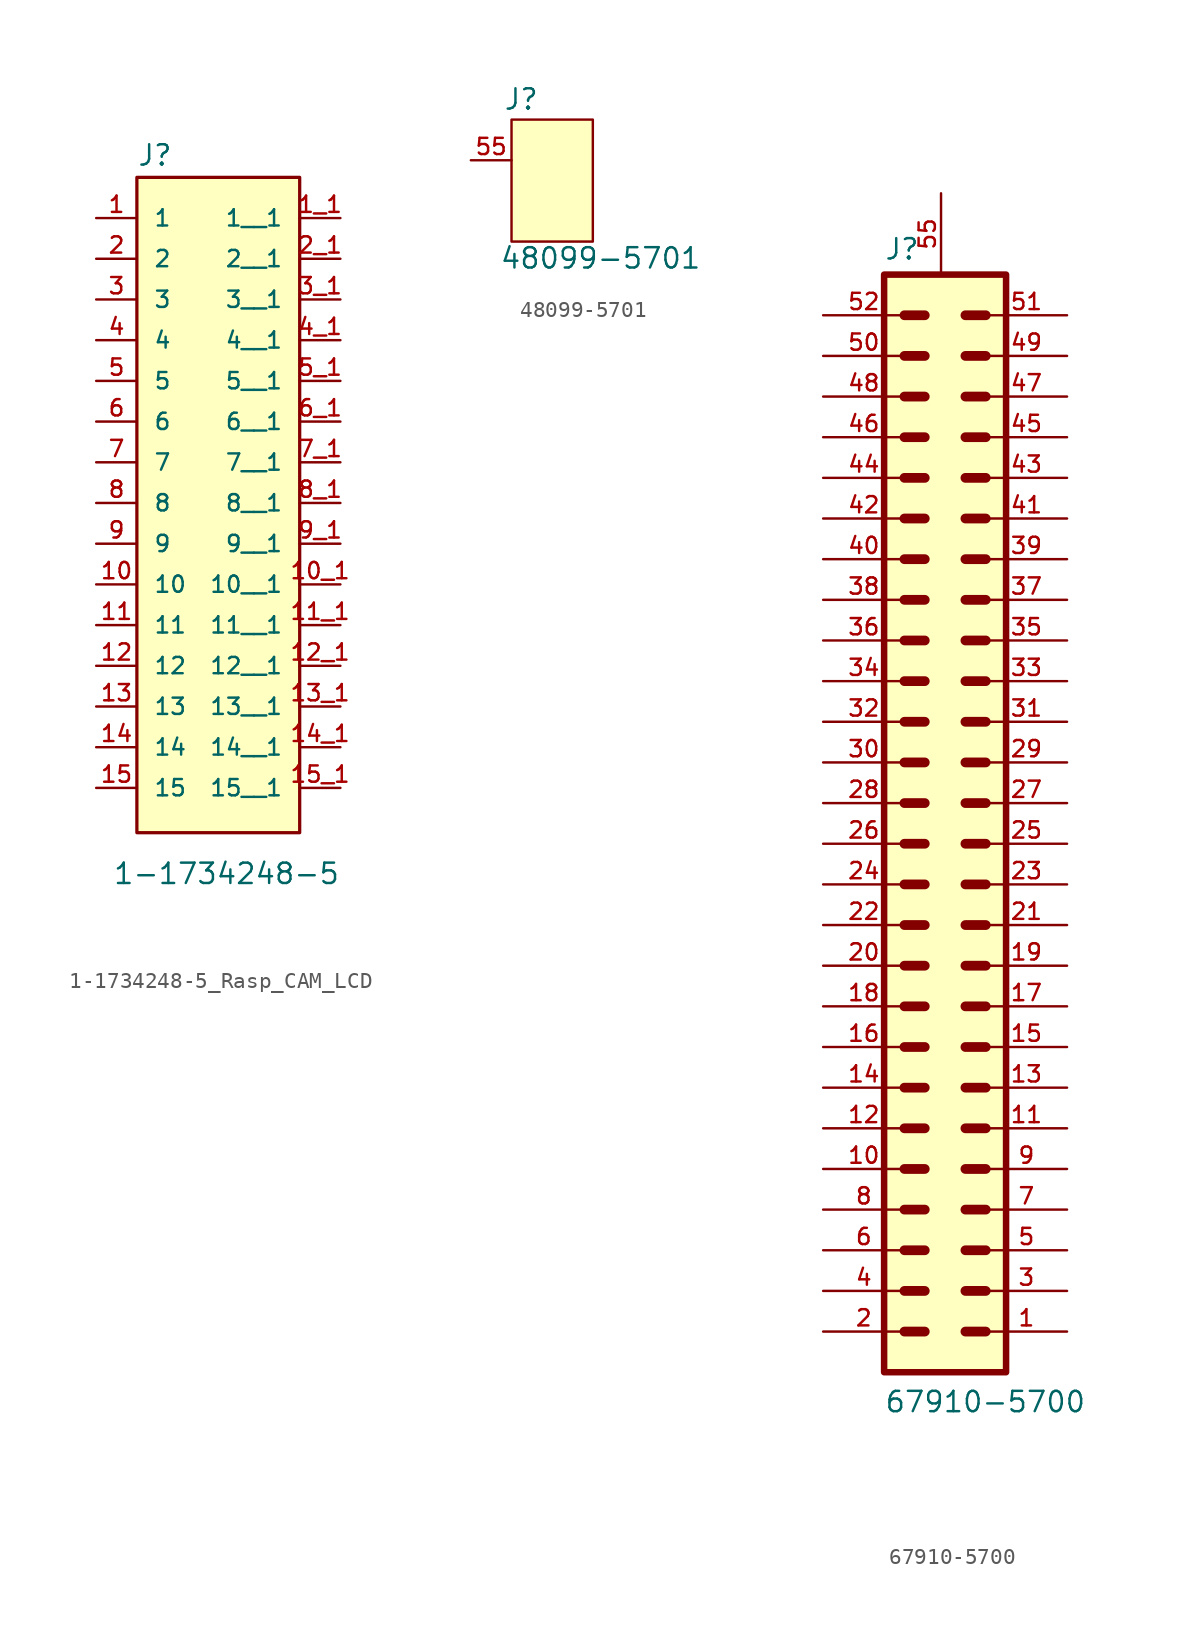
<source format=kicad_sym>
(kicad_symbol_lib
  (version 20231120)
  (generator "kicad_symbol_editor")
  (generator_version "8.0")
  (symbol "1-1734248-5_Rasp_CAM_LCD"
    (pin_names
      (offset 1.016))
    (property "Reference" "J"
      (at -5.08 20.955 0)
      (effects (font (size 1.27 1.27)) (justify left bottom)))
    (property "Value" "1-1734248-5"
      (at -6.604 -23.876 0)
      (effects (font (size 1.27 1.27)) (justify left bottom)))
    (symbol "1-1734248-5_Rasp_CAM_LCD_0_0"
      (rectangle (start -5.08 20.32) (end 5.08 -20.574) (stroke (width 0.203) (type default)) (fill (type background)))
      (pin passive line (at -7.62 17.78 0) (length 2.54) (name "1" (effects (font (size 1.016 1.016)))) (number "1" (effects (font (size 1.016 1.016)))))
      (pin passive line (at -7.62 -5.08 0) (length 2.54) (name "10" (effects (font (size 1.016 1.016)))) (number "10" (effects (font (size 1.016 1.016)))))
      (pin passive line (at 7.62 -5.08 180) (length 2.54) (name "10__1" (effects (font (size 1.016 1.016)))) (number "10_1" (effects (font (size 1.016 1.016)))))
      (pin passive line (at -7.62 -7.62 0) (length 2.54) (name "11" (effects (font (size 1.016 1.016)))) (number "11" (effects (font (size 1.016 1.016)))))
      (pin passive line (at 7.62 -7.62 180) (length 2.54) (name "11__1" (effects (font (size 1.016 1.016)))) (number "11_1" (effects (font (size 1.016 1.016)))))
      (pin passive line (at -7.62 -10.16 0) (length 2.54) (name "12" (effects (font (size 1.016 1.016)))) (number "12" (effects (font (size 1.016 1.016)))))
      (pin passive line (at 7.62 -10.16 180) (length 2.54) (name "12__1" (effects (font (size 1.016 1.016)))) (number "12_1" (effects (font (size 1.016 1.016)))))
      (pin passive line (at -7.62 -12.7 0) (length 2.54) (name "13" (effects (font (size 1.016 1.016)))) (number "13" (effects (font (size 1.016 1.016)))))
      (pin passive line (at 7.62 -12.7 180) (length 2.54) (name "13__1" (effects (font (size 1.016 1.016)))) (number "13_1" (effects (font (size 1.016 1.016)))))
      (pin passive line (at -7.62 -15.24 0) (length 2.54) (name "14" (effects (font (size 1.016 1.016)))) (number "14" (effects (font (size 1.016 1.016)))))
      (pin passive line (at 7.62 -15.24 180) (length 2.54) (name "14__1" (effects (font (size 1.016 1.016)))) (number "14_1" (effects (font (size 1.016 1.016)))))
      (pin passive line (at -7.62 -17.78 0) (length 2.54) (name "15" (effects (font (size 1.016 1.016)))) (number "15" (effects (font (size 1.016 1.016)))))
      (pin passive line (at 7.62 -17.78 180) (length 2.54) (name "15__1" (effects (font (size 1.016 1.016)))) (number "15_1" (effects (font (size 1.016 1.016)))))
      (pin passive line (at 7.62 17.78 180) (length 2.54) (name "1__1" (effects (font (size 1.016 1.016)))) (number "1_1" (effects (font (size 1.016 1.016)))))
      (pin passive line (at -7.62 15.24 0) (length 2.54) (name "2" (effects (font (size 1.016 1.016)))) (number "2" (effects (font (size 1.016 1.016)))))
      (pin passive line (at 7.62 15.24 180) (length 2.54) (name "2__1" (effects (font (size 1.016 1.016)))) (number "2_1" (effects (font (size 1.016 1.016)))))
      (pin passive line (at -7.62 12.7 0) (length 2.54) (name "3" (effects (font (size 1.016 1.016)))) (number "3" (effects (font (size 1.016 1.016)))))
      (pin passive line (at 7.62 12.7 180) (length 2.54) (name "3__1" (effects (font (size 1.016 1.016)))) (number "3_1" (effects (font (size 1.016 1.016)))))
      (pin passive line (at -7.62 10.16 0) (length 2.54) (name "4" (effects (font (size 1.016 1.016)))) (number "4" (effects (font (size 1.016 1.016)))))
      (pin passive line (at 7.62 10.16 180) (length 2.54) (name "4__1" (effects (font (size 1.016 1.016)))) (number "4_1" (effects (font (size 1.016 1.016)))))
      (pin passive line (at -7.62 7.62 0) (length 2.54) (name "5" (effects (font (size 1.016 1.016)))) (number "5" (effects (font (size 1.016 1.016)))))
      (pin passive line (at 7.62 7.62 180) (length 2.54) (name "5__1" (effects (font (size 1.016 1.016)))) (number "5_1" (effects (font (size 1.016 1.016)))))
      (pin passive line (at -7.62 5.08 0) (length 2.54) (name "6" (effects (font (size 1.016 1.016)))) (number "6" (effects (font (size 1.016 1.016)))))
      (pin passive line (at 7.62 5.08 180) (length 2.54) (name "6__1" (effects (font (size 1.016 1.016)))) (number "6_1" (effects (font (size 1.016 1.016)))))
      (pin passive line (at -7.62 2.54 0) (length 2.54) (name "7" (effects (font (size 1.016 1.016)))) (number "7" (effects (font (size 1.016 1.016)))))
      (pin passive line (at 7.62 2.54 180) (length 2.54) (name "7__1" (effects (font (size 1.016 1.016)))) (number "7_1" (effects (font (size 1.016 1.016)))))
      (pin passive line (at -7.62 0 0) (length 2.54) (name "8" (effects (font (size 1.016 1.016)))) (number "8" (effects (font (size 1.016 1.016)))))
      (pin passive line (at 7.62 0 180) (length 2.54) (name "8__1" (effects (font (size 1.016 1.016)))) (number "8_1" (effects (font (size 1.016 1.016)))))
      (pin passive line (at -7.62 -2.54 0) (length 2.54) (name "9" (effects (font (size 1.016 1.016)))) (number "9" (effects (font (size 1.016 1.016)))))
      (pin passive line (at 7.62 -2.54 180) (length 2.54) (name "9__1" (effects (font (size 1.016 1.016)))) (number "9_1" (effects (font (size 1.016 1.016)))))))
  (symbol "48099-5701"
    (pin_names
      (offset 1.016))
    (property "Reference" "J"
      (at -3.06 4.335 0)
      (effects (font (size 1.27 1.27)) (justify left bottom)))
    (property "Value" "48099-5701"
      (at -3.305 -5.593 0)
      (effects (font (size 1.27 1.27)) (justify left bottom)))
    (symbol "48099-5701_0_0"
      (rectangle (start -2.54 3.81) (end 2.54 -3.81) (stroke (width 0.152) (type default)) (fill (type background))))
    (symbol "48099-5701_1_0"
      (pin passive line (at -5.08 1.27 0) (length 2.54) (name "~" (effects (font (size 1.016 1.016)))) (number "55" (effects (font (size 1.016 1.016)))))))
  (symbol "67910-5700"
    (pin_names
      (offset 1.016))
    (property "Reference" "J"
      (at -3.82 33.867 0)
      (effects (font (size 1.27 1.27)) (justify left bottom)))
    (property "Value" "67910-5700"
      (at -3.816 -38.156 0)
      (effects (font (size 1.27 1.27)) (justify left bottom)))
    (symbol "67910-5700_0_0"
      (rectangle (start -3.81 -35.56) (end 3.81 33.02) (stroke (width 0.406) (type default)) (fill (type background)))
      (polyline (pts (xy -2.54 -33.02) (xy -1.27 -33.02)) (stroke (width 0.61) (type default)) (fill (type none)))
      (polyline (pts (xy -2.54 -30.48) (xy -1.27 -30.48)) (stroke (width 0.61) (type default)) (fill (type none)))
      (polyline (pts (xy -2.54 -27.94) (xy -1.27 -27.94)) (stroke (width 0.61) (type default)) (fill (type none)))
      (polyline (pts (xy -2.54 -25.4) (xy -1.27 -25.4)) (stroke (width 0.61) (type default)) (fill (type none)))
      (polyline (pts (xy -2.54 -22.86) (xy -1.27 -22.86)) (stroke (width 0.61) (type default)) (fill (type none)))
      (polyline (pts (xy -2.54 -20.32) (xy -1.27 -20.32)) (stroke (width 0.61) (type default)) (fill (type none)))
      (polyline (pts (xy -2.54 -17.78) (xy -1.27 -17.78)) (stroke (width 0.61) (type default)) (fill (type none)))
      (polyline (pts (xy -2.54 -15.24) (xy -1.27 -15.24)) (stroke (width 0.61) (type default)) (fill (type none)))
      (polyline (pts (xy -2.54 -12.7) (xy -1.27 -12.7)) (stroke (width 0.61) (type default)) (fill (type none)))
      (polyline (pts (xy -2.54 -10.16) (xy -1.27 -10.16)) (stroke (width 0.61) (type default)) (fill (type none)))
      (polyline (pts (xy -2.54 -7.62) (xy -1.27 -7.62)) (stroke (width 0.61) (type default)) (fill (type none)))
      (polyline (pts (xy -2.54 -5.08) (xy -1.27 -5.08)) (stroke (width 0.61) (type default)) (fill (type none)))
      (polyline (pts (xy -2.54 -2.54) (xy -1.27 -2.54)) (stroke (width 0.61) (type default)) (fill (type none)))
      (polyline (pts (xy -2.54 0) (xy -1.27 0)) (stroke (width 0.61) (type default)) (fill (type none)))
      (polyline (pts (xy -2.54 2.54) (xy -1.27 2.54)) (stroke (width 0.61) (type default)) (fill (type none)))
      (polyline (pts (xy -2.54 5.08) (xy -1.27 5.08)) (stroke (width 0.61) (type default)) (fill (type none)))
      (polyline (pts (xy -2.54 7.62) (xy -1.27 7.62)) (stroke (width 0.61) (type default)) (fill (type none)))
      (polyline (pts (xy -2.54 10.16) (xy -1.27 10.16)) (stroke (width 0.61) (type default)) (fill (type none)))
      (polyline (pts (xy -2.54 12.7) (xy -1.27 12.7)) (stroke (width 0.61) (type default)) (fill (type none)))
      (polyline (pts (xy -2.54 15.24) (xy -1.27 15.24)) (stroke (width 0.61) (type default)) (fill (type none)))
      (polyline (pts (xy -2.54 17.78) (xy -1.27 17.78)) (stroke (width 0.61) (type default)) (fill (type none)))
      (polyline (pts (xy -2.54 20.32) (xy -1.27 20.32)) (stroke (width 0.61) (type default)) (fill (type none)))
      (polyline (pts (xy -2.54 22.86) (xy -1.27 22.86)) (stroke (width 0.61) (type default)) (fill (type none)))
      (polyline (pts (xy -2.54 25.4) (xy -1.27 25.4)) (stroke (width 0.61) (type default)) (fill (type none)))
      (polyline (pts (xy -2.54 27.94) (xy -1.27 27.94)) (stroke (width 0.61) (type default)) (fill (type none)))
      (polyline (pts (xy -2.54 30.48) (xy -1.27 30.48)) (stroke (width 0.61) (type default)) (fill (type none)))
      (polyline (pts (xy 1.27 -33.02) (xy 2.54 -33.02)) (stroke (width 0.61) (type default)) (fill (type none)))
      (polyline (pts (xy 1.27 -30.48) (xy 2.54 -30.48)) (stroke (width 0.61) (type default)) (fill (type none)))
      (polyline (pts (xy 1.27 -27.94) (xy 2.54 -27.94)) (stroke (width 0.61) (type default)) (fill (type none)))
      (polyline (pts (xy 1.27 -25.4) (xy 2.54 -25.4)) (stroke (width 0.61) (type default)) (fill (type none)))
      (polyline (pts (xy 1.27 -22.86) (xy 2.54 -22.86)) (stroke (width 0.61) (type default)) (fill (type none)))
      (polyline (pts (xy 1.27 -20.32) (xy 2.54 -20.32)) (stroke (width 0.61) (type default)) (fill (type none)))
      (polyline (pts (xy 1.27 -17.78) (xy 2.54 -17.78)) (stroke (width 0.61) (type default)) (fill (type none)))
      (polyline (pts (xy 1.27 -15.24) (xy 2.54 -15.24)) (stroke (width 0.61) (type default)) (fill (type none)))
      (polyline (pts (xy 1.27 -12.7) (xy 2.54 -12.7)) (stroke (width 0.61) (type default)) (fill (type none)))
      (polyline (pts (xy 1.27 -10.16) (xy 2.54 -10.16)) (stroke (width 0.61) (type default)) (fill (type none)))
      (polyline (pts (xy 1.27 -7.62) (xy 2.54 -7.62)) (stroke (width 0.61) (type default)) (fill (type none)))
      (polyline (pts (xy 1.27 -5.08) (xy 2.54 -5.08)) (stroke (width 0.61) (type default)) (fill (type none)))
      (polyline (pts (xy 1.27 -2.54) (xy 2.54 -2.54)) (stroke (width 0.61) (type default)) (fill (type none)))
      (polyline (pts (xy 1.27 0) (xy 2.54 0)) (stroke (width 0.61) (type default)) (fill (type none)))
      (polyline (pts (xy 1.27 2.54) (xy 2.54 2.54)) (stroke (width 0.61) (type default)) (fill (type none)))
      (polyline (pts (xy 1.27 5.08) (xy 2.54 5.08)) (stroke (width 0.61) (type default)) (fill (type none)))
      (polyline (pts (xy 1.27 7.62) (xy 2.54 7.62)) (stroke (width 0.61) (type default)) (fill (type none)))
      (polyline (pts (xy 1.27 10.16) (xy 2.54 10.16)) (stroke (width 0.61) (type default)) (fill (type none)))
      (polyline (pts (xy 1.27 12.7) (xy 2.54 12.7)) (stroke (width 0.61) (type default)) (fill (type none)))
      (polyline (pts (xy 1.27 15.24) (xy 2.54 15.24)) (stroke (width 0.61) (type default)) (fill (type none)))
      (polyline (pts (xy 1.27 17.78) (xy 2.54 17.78)) (stroke (width 0.61) (type default)) (fill (type none)))
      (polyline (pts (xy 1.27 20.32) (xy 2.54 20.32)) (stroke (width 0.61) (type default)) (fill (type none)))
      (polyline (pts (xy 1.27 22.86) (xy 2.54 22.86)) (stroke (width 0.61) (type default)) (fill (type none)))
      (polyline (pts (xy 1.27 25.4) (xy 2.54 25.4)) (stroke (width 0.61) (type default)) (fill (type none)))
      (polyline (pts (xy 1.27 27.94) (xy 2.54 27.94)) (stroke (width 0.61) (type default)) (fill (type none)))
      (polyline (pts (xy 1.27 30.48) (xy 2.54 30.48)) (stroke (width 0.61) (type default)) (fill (type none)))
      (pin passive line (at 7.62 -33.02 180) (length 5.08) (name "~" (effects (font (size 1.016 1.016)))) (number "1" (effects (font (size 1.016 1.016)))))
      (pin passive line (at -7.62 -22.86 0) (length 5.08) (name "~" (effects (font (size 1.016 1.016)))) (number "10" (effects (font (size 1.016 1.016)))))
      (pin passive line (at 7.62 -20.32 180) (length 5.08) (name "~" (effects (font (size 1.016 1.016)))) (number "11" (effects (font (size 1.016 1.016)))))
      (pin passive line (at -7.62 -20.32 0) (length 5.08) (name "~" (effects (font (size 1.016 1.016)))) (number "12" (effects (font (size 1.016 1.016)))))
      (pin passive line (at 7.62 -17.78 180) (length 5.08) (name "~" (effects (font (size 1.016 1.016)))) (number "13" (effects (font (size 1.016 1.016)))))
      (pin passive line (at -7.62 -17.78 0) (length 5.08) (name "~" (effects (font (size 1.016 1.016)))) (number "14" (effects (font (size 1.016 1.016)))))
      (pin passive line (at 7.62 -15.24 180) (length 5.08) (name "~" (effects (font (size 1.016 1.016)))) (number "15" (effects (font (size 1.016 1.016)))))
      (pin passive line (at -7.62 -15.24 0) (length 5.08) (name "~" (effects (font (size 1.016 1.016)))) (number "16" (effects (font (size 1.016 1.016)))))
      (pin passive line (at 7.62 -12.7 180) (length 5.08) (name "~" (effects (font (size 1.016 1.016)))) (number "17" (effects (font (size 1.016 1.016)))))
      (pin passive line (at -7.62 -12.7 0) (length 5.08) (name "~" (effects (font (size 1.016 1.016)))) (number "18" (effects (font (size 1.016 1.016)))))
      (pin passive line (at 7.62 -10.16 180) (length 5.08) (name "~" (effects (font (size 1.016 1.016)))) (number "19" (effects (font (size 1.016 1.016)))))
      (pin passive line (at -7.62 -33.02 0) (length 5.08) (name "~" (effects (font (size 1.016 1.016)))) (number "2" (effects (font (size 1.016 1.016)))))
      (pin passive line (at -7.62 -10.16 0) (length 5.08) (name "~" (effects (font (size 1.016 1.016)))) (number "20" (effects (font (size 1.016 1.016)))))
      (pin passive line (at 7.62 -7.62 180) (length 5.08) (name "~" (effects (font (size 1.016 1.016)))) (number "21" (effects (font (size 1.016 1.016)))))
      (pin passive line (at -7.62 -7.62 0) (length 5.08) (name "~" (effects (font (size 1.016 1.016)))) (number "22" (effects (font (size 1.016 1.016)))))
      (pin passive line (at 7.62 -5.08 180) (length 5.08) (name "~" (effects (font (size 1.016 1.016)))) (number "23" (effects (font (size 1.016 1.016)))))
      (pin passive line (at -7.62 -5.08 0) (length 5.08) (name "~" (effects (font (size 1.016 1.016)))) (number "24" (effects (font (size 1.016 1.016)))))
      (pin passive line (at 7.62 -2.54 180) (length 5.08) (name "~" (effects (font (size 1.016 1.016)))) (number "25" (effects (font (size 1.016 1.016)))))
      (pin passive line (at -7.62 -2.54 0) (length 5.08) (name "~" (effects (font (size 1.016 1.016)))) (number "26" (effects (font (size 1.016 1.016)))))
      (pin passive line (at 7.62 0 180) (length 5.08) (name "~" (effects (font (size 1.016 1.016)))) (number "27" (effects (font (size 1.016 1.016)))))
      (pin passive line (at -7.62 0 0) (length 5.08) (name "~" (effects (font (size 1.016 1.016)))) (number "28" (effects (font (size 1.016 1.016)))))
      (pin passive line (at 7.62 2.54 180) (length 5.08) (name "~" (effects (font (size 1.016 1.016)))) (number "29" (effects (font (size 1.016 1.016)))))
      (pin passive line (at 7.62 -30.48 180) (length 5.08) (name "~" (effects (font (size 1.016 1.016)))) (number "3" (effects (font (size 1.016 1.016)))))
      (pin passive line (at -7.62 2.54 0) (length 5.08) (name "~" (effects (font (size 1.016 1.016)))) (number "30" (effects (font (size 1.016 1.016)))))
      (pin passive line (at 7.62 5.08 180) (length 5.08) (name "~" (effects (font (size 1.016 1.016)))) (number "31" (effects (font (size 1.016 1.016)))))
      (pin passive line (at -7.62 5.08 0) (length 5.08) (name "~" (effects (font (size 1.016 1.016)))) (number "32" (effects (font (size 1.016 1.016)))))
      (pin passive line (at 7.62 7.62 180) (length 5.08) (name "~" (effects (font (size 1.016 1.016)))) (number "33" (effects (font (size 1.016 1.016)))))
      (pin passive line (at -7.62 7.62 0) (length 5.08) (name "~" (effects (font (size 1.016 1.016)))) (number "34" (effects (font (size 1.016 1.016)))))
      (pin passive line (at 7.62 10.16 180) (length 5.08) (name "~" (effects (font (size 1.016 1.016)))) (number "35" (effects (font (size 1.016 1.016)))))
      (pin passive line (at -7.62 10.16 0) (length 5.08) (name "~" (effects (font (size 1.016 1.016)))) (number "36" (effects (font (size 1.016 1.016)))))
      (pin passive line (at 7.62 12.7 180) (length 5.08) (name "~" (effects (font (size 1.016 1.016)))) (number "37" (effects (font (size 1.016 1.016)))))
      (pin passive line (at -7.62 12.7 0) (length 5.08) (name "~" (effects (font (size 1.016 1.016)))) (number "38" (effects (font (size 1.016 1.016)))))
      (pin passive line (at 7.62 15.24 180) (length 5.08) (name "~" (effects (font (size 1.016 1.016)))) (number "39" (effects (font (size 1.016 1.016)))))
      (pin passive line (at -7.62 -30.48 0) (length 5.08) (name "~" (effects (font (size 1.016 1.016)))) (number "4" (effects (font (size 1.016 1.016)))))
      (pin passive line (at -7.62 15.24 0) (length 5.08) (name "~" (effects (font (size 1.016 1.016)))) (number "40" (effects (font (size 1.016 1.016)))))
      (pin passive line (at 7.62 17.78 180) (length 5.08) (name "~" (effects (font (size 1.016 1.016)))) (number "41" (effects (font (size 1.016 1.016)))))
      (pin passive line (at -7.62 17.78 0) (length 5.08) (name "~" (effects (font (size 1.016 1.016)))) (number "42" (effects (font (size 1.016 1.016)))))
      (pin passive line (at 7.62 20.32 180) (length 5.08) (name "~" (effects (font (size 1.016 1.016)))) (number "43" (effects (font (size 1.016 1.016)))))
      (pin passive line (at -7.62 20.32 0) (length 5.08) (name "~" (effects (font (size 1.016 1.016)))) (number "44" (effects (font (size 1.016 1.016)))))
      (pin passive line (at 7.62 22.86 180) (length 5.08) (name "~" (effects (font (size 1.016 1.016)))) (number "45" (effects (font (size 1.016 1.016)))))
      (pin passive line (at -7.62 22.86 0) (length 5.08) (name "~" (effects (font (size 1.016 1.016)))) (number "46" (effects (font (size 1.016 1.016)))))
      (pin passive line (at 7.62 25.4 180) (length 5.08) (name "~" (effects (font (size 1.016 1.016)))) (number "47" (effects (font (size 1.016 1.016)))))
      (pin passive line (at -7.62 25.4 0) (length 5.08) (name "~" (effects (font (size 1.016 1.016)))) (number "48" (effects (font (size 1.016 1.016)))))
      (pin passive line (at 7.62 27.94 180) (length 5.08) (name "~" (effects (font (size 1.016 1.016)))) (number "49" (effects (font (size 1.016 1.016)))))
      (pin passive line (at 7.62 -27.94 180) (length 5.08) (name "~" (effects (font (size 1.016 1.016)))) (number "5" (effects (font (size 1.016 1.016)))))
      (pin passive line (at -7.62 27.94 0) (length 5.08) (name "~" (effects (font (size 1.016 1.016)))) (number "50" (effects (font (size 1.016 1.016)))))
      (pin passive line (at 7.62 30.48 180) (length 5.08) (name "~" (effects (font (size 1.016 1.016)))) (number "51" (effects (font (size 1.016 1.016)))))
      (pin passive line (at -7.62 30.48 0) (length 5.08) (name "~" (effects (font (size 1.016 1.016)))) (number "52" (effects (font (size 1.016 1.016)))))
      (pin passive line (at -7.62 -27.94 0) (length 5.08) (name "~" (effects (font (size 1.016 1.016)))) (number "6" (effects (font (size 1.016 1.016)))))
      (pin passive line (at 7.62 -25.4 180) (length 5.08) (name "~" (effects (font (size 1.016 1.016)))) (number "7" (effects (font (size 1.016 1.016)))))
      (pin passive line (at -7.62 -25.4 0) (length 5.08) (name "~" (effects (font (size 1.016 1.016)))) (number "8" (effects (font (size 1.016 1.016)))))
      (pin passive line (at 7.62 -22.86 180) (length 5.08) (name "~" (effects (font (size 1.016 1.016)))) (number "9" (effects (font (size 1.016 1.016))))))
    (symbol "67910-5700_1_0"
      (pin passive line (at -0.254 38.1 270) (length 5.08) (name "~" (effects (font (size 1.016 1.016)))) (number "55" (effects (font (size 1.016 1.016))))))))
</source>
